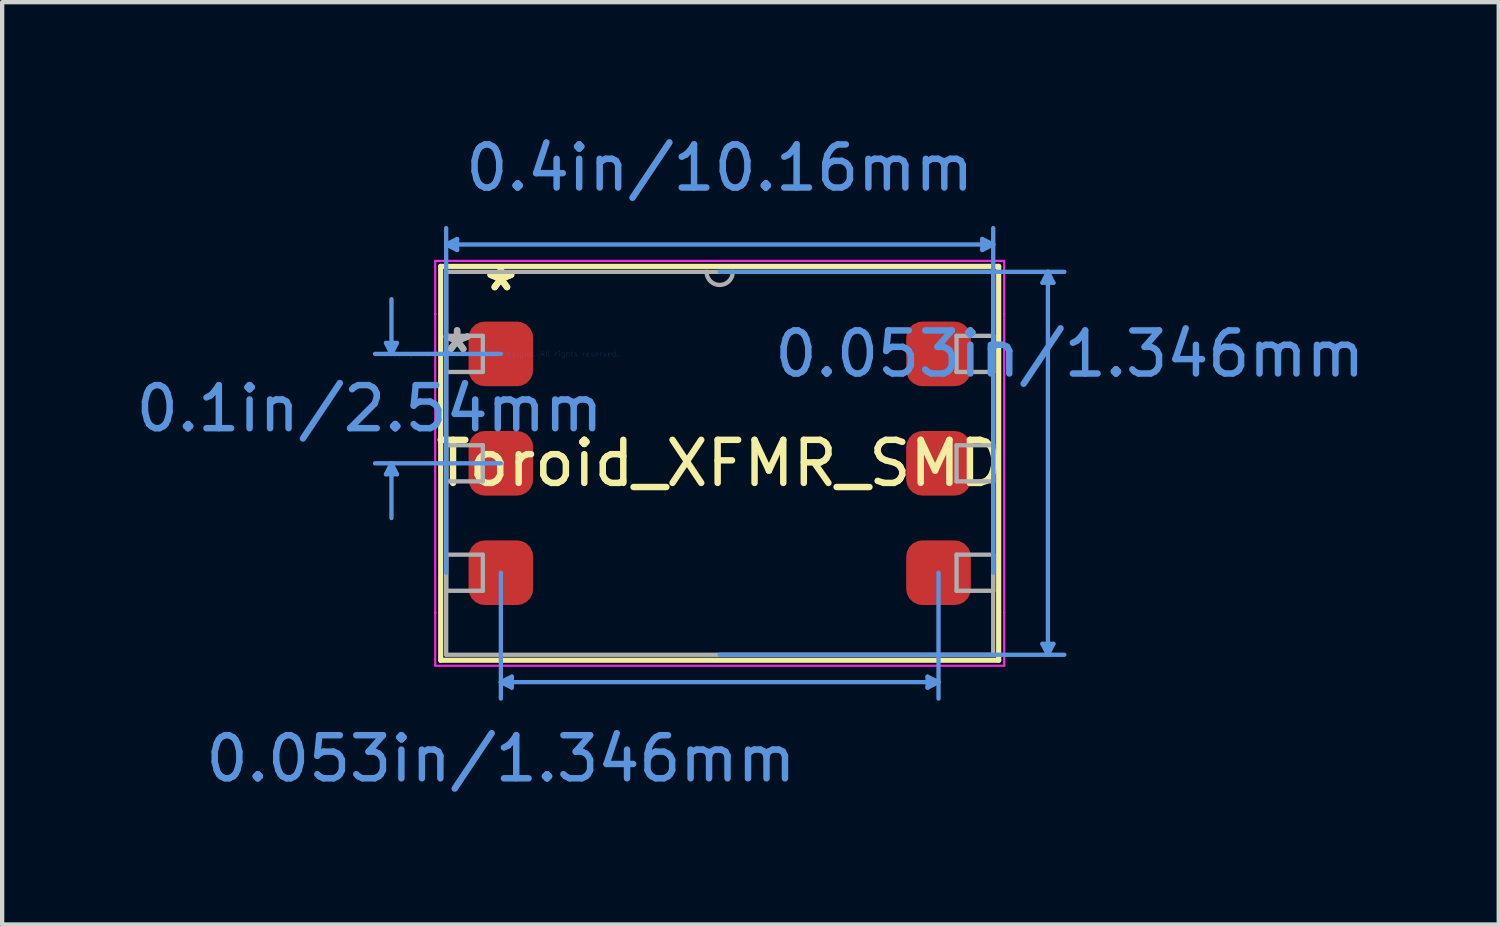
<source format=kicad_pcb>
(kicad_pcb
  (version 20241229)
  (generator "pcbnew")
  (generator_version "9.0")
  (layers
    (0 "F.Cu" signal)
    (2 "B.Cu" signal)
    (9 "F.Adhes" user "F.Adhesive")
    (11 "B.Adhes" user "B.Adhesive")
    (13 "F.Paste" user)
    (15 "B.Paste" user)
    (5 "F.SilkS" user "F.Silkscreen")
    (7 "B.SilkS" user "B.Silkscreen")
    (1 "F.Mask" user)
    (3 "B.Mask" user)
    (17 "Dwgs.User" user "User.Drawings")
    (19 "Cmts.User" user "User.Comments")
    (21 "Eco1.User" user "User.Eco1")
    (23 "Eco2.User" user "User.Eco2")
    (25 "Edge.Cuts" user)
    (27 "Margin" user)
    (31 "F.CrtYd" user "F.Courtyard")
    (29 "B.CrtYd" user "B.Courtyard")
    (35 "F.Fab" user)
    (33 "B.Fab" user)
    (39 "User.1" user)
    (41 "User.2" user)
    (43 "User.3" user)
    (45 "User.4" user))
  (footprint "Toroid_XFMR_SMD"
    (layer "F.Cu")
    (at 8.578 5.166)
    (property "Reference" "Toroid_XFMR_SMD" (at 5.08 2.54 0) (layer "F.SilkS") (effects (font (size 1 1) (thickness 0.15))))
    (attr through_hole)
    (fp_line (start -1.397 -2.032) (end -1.397 7.112) (stroke (width 0.12) (type solid)) (layer "F.SilkS"))
    (fp_line (start -1.397 7.112) (end 11.557 7.112) (stroke (width 0.12) (type solid)) (layer "F.SilkS"))
    (fp_line (start 11.557 -2.032) (end -1.397 -2.032) (stroke (width 0.12) (type solid)) (layer "F.SilkS"))
    (fp_line (start 11.557 7.112) (end 11.557 -2.032) (stroke (width 0.12) (type solid)) (layer "F.SilkS"))
    (fp_line (start -2.667 -0.254) (end -2.413 -0.254) (stroke (width 0.1) (type solid)) (layer "Cmts.User"))
    (fp_line (start -2.667 2.794) (end -2.413 2.794) (stroke (width 0.1) (type solid)) (layer "Cmts.User"))
    (fp_line (start -2.54 0) (end -2.667 -0.254) (stroke (width 0.1) (type solid)) (layer "Cmts.User"))
    (fp_line (start -2.54 0) (end -2.54 -1.27) (stroke (width 0.1) (type solid)) (layer "Cmts.User"))
    (fp_line (start -2.54 0) (end -2.413 -0.254) (stroke (width 0.1) (type solid)) (layer "Cmts.User"))
    (fp_line (start -2.54 2.54) (end -2.667 2.794) (stroke (width 0.1) (type solid)) (layer "Cmts.User"))
    (fp_line (start -2.54 2.54) (end -2.54 3.81) (stroke (width 0.1) (type solid)) (layer "Cmts.User"))
    (fp_line (start -2.54 2.54) (end -2.413 2.794) (stroke (width 0.1) (type solid)) (layer "Cmts.User"))
    (fp_line (start -1.27 -2.54) (end -1.016 -2.667) (stroke (width 0.1) (type solid)) (layer "Cmts.User"))
    (fp_line (start -1.27 -2.54) (end -1.016 -2.413) (stroke (width 0.1) (type solid)) (layer "Cmts.User"))
    (fp_line (start -1.27 -2.54) (end 11.43 -2.54) (stroke (width 0.1) (type solid)) (layer "Cmts.User"))
    (fp_line (start -1.27 5.08) (end -1.27 -2.921) (stroke (width 0.1) (type solid)) (layer "Cmts.User"))
    (fp_line (start -1.016 -2.667) (end -1.016 -2.413) (stroke (width 0.1) (type solid)) (layer "Cmts.User"))
    (fp_line (start 0 0) (end -2.921 0) (stroke (width 0.1) (type solid)) (layer "Cmts.User"))
    (fp_line (start 0 2.54) (end -2.921 2.54) (stroke (width 0.1) (type solid)) (layer "Cmts.User"))
    (fp_line (start 0 5.08) (end 0 8.001) (stroke (width 0.1) (type solid)) (layer "Cmts.User"))
    (fp_line (start 0 7.62) (end 0.254 7.493) (stroke (width 0.1) (type solid)) (layer "Cmts.User"))
    (fp_line (start 0 7.62) (end 0.254 7.747) (stroke (width 0.1) (type solid)) (layer "Cmts.User"))
    (fp_line (start 0 7.62) (end 10.16 7.62) (stroke (width 0.1) (type solid)) (layer "Cmts.User"))
    (fp_line (start 0.254 7.493) (end 0.254 7.747) (stroke (width 0.1) (type solid)) (layer "Cmts.User"))
    (fp_line (start 5.08 -1.905) (end 13.081 -1.905) (stroke (width 0.1) (type solid)) (layer "Cmts.User"))
    (fp_line (start 5.08 6.985) (end 13.081 6.985) (stroke (width 0.1) (type solid)) (layer "Cmts.User"))
    (fp_line (start 9.906 7.493) (end 9.906 7.747) (stroke (width 0.1) (type solid)) (layer "Cmts.User"))
    (fp_line (start 10.16 5.08) (end 10.16 8.001) (stroke (width 0.1) (type solid)) (layer "Cmts.User"))
    (fp_line (start 10.16 7.62) (end 9.906 7.493) (stroke (width 0.1) (type solid)) (layer "Cmts.User"))
    (fp_line (start 10.16 7.62) (end 9.906 7.747) (stroke (width 0.1) (type solid)) (layer "Cmts.User"))
    (fp_line (start 11.176 -2.667) (end 11.176 -2.413) (stroke (width 0.1) (type solid)) (layer "Cmts.User"))
    (fp_line (start 11.43 -2.54) (end 11.176 -2.667) (stroke (width 0.1) (type solid)) (layer "Cmts.User"))
    (fp_line (start 11.43 -2.54) (end 11.176 -2.413) (stroke (width 0.1) (type solid)) (layer "Cmts.User"))
    (fp_line (start 11.43 5.08) (end 11.43 -2.921) (stroke (width 0.1) (type solid)) (layer "Cmts.User"))
    (fp_line (start 12.573 -1.651) (end 12.827 -1.651) (stroke (width 0.1) (type solid)) (layer "Cmts.User"))
    (fp_line (start 12.573 6.731) (end 12.827 6.731) (stroke (width 0.1) (type solid)) (layer "Cmts.User"))
    (fp_line (start 12.7 -1.905) (end 12.573 -1.651) (stroke (width 0.1) (type solid)) (layer "Cmts.User"))
    (fp_line (start 12.7 -1.905) (end 12.7 6.985) (stroke (width 0.1) (type solid)) (layer "Cmts.User"))
    (fp_line (start 12.7 -1.905) (end 12.827 -1.651) (stroke (width 0.1) (type solid)) (layer "Cmts.User"))
    (fp_line (start 12.7 6.985) (end 12.573 6.731) (stroke (width 0.1) (type solid)) (layer "Cmts.User"))
    (fp_line (start 12.7 6.985) (end 12.827 6.731) (stroke (width 0.1) (type solid)) (layer "Cmts.User"))
    (fp_line (start -1.524 -0.927) (end -1.524 -2.159) (stroke (width 0.05) (type solid)) (layer "F.CrtYd"))
    (fp_line (start -1.524 -0.927) (end -1.524 -0.927) (stroke (width 0.05) (type solid)) (layer "F.CrtYd"))
    (fp_line (start -1.524 -0.927) (end -1.524 -0.927) (stroke (width 0.05) (type solid)) (layer "F.CrtYd"))
    (fp_line (start -1.524 6.007) (end -1.524 -0.927) (stroke (width 0.05) (type solid)) (layer "F.CrtYd"))
    (fp_line (start -1.524 6.007) (end -1.524 6.007) (stroke (width 0.05) (type solid)) (layer "F.CrtYd"))
    (fp_line (start -1.524 6.007) (end -1.524 6.007) (stroke (width 0.05) (type solid)) (layer "F.CrtYd"))
    (fp_line (start -1.524 7.239) (end -1.524 6.007) (stroke (width 0.05) (type solid)) (layer "F.CrtYd"))
    (fp_line (start 11.684 -2.159) (end -1.524 -2.159) (stroke (width 0.05) (type solid)) (layer "F.CrtYd"))
    (fp_line (start 11.684 -0.927) (end 11.684 -2.159) (stroke (width 0.05) (type solid)) (layer "F.CrtYd"))
    (fp_line (start 11.684 -0.927) (end 11.684 -0.927) (stroke (width 0.05) (type solid)) (layer "F.CrtYd"))
    (fp_line (start 11.684 -0.927) (end 11.684 -0.927) (stroke (width 0.05) (type solid)) (layer "F.CrtYd"))
    (fp_line (start 11.684 6.007) (end 11.684 -0.927) (stroke (width 0.05) (type solid)) (layer "F.CrtYd"))
    (fp_line (start 11.684 6.007) (end 11.684 6.007) (stroke (width 0.05) (type solid)) (layer "F.CrtYd"))
    (fp_line (start 11.684 6.007) (end 11.684 6.007) (stroke (width 0.05) (type solid)) (layer "F.CrtYd"))
    (fp_line (start 11.684 7.239) (end -1.524 7.239) (stroke (width 0.05) (type solid)) (layer "F.CrtYd"))
    (fp_line (start 11.684 7.239) (end 11.684 6.007) (stroke (width 0.05) (type solid)) (layer "F.CrtYd"))
    (fp_line (start -1.27 -1.905) (end -1.27 6.985) (stroke (width 0.1) (type solid)) (layer "F.Fab"))
    (fp_line (start -1.27 -0.419) (end -0.419 -0.419) (stroke (width 0.1) (type solid)) (layer "F.Fab"))
    (fp_line (start -1.27 0.419) (end -1.27 -0.419) (stroke (width 0.1) (type solid)) (layer "F.Fab"))
    (fp_line (start -1.27 2.121) (end -0.419 2.121) (stroke (width 0.1) (type solid)) (layer "F.Fab"))
    (fp_line (start -1.27 2.959) (end -1.27 2.121) (stroke (width 0.1) (type solid)) (layer "F.Fab"))
    (fp_line (start -1.27 4.661) (end -0.419 4.661) (stroke (width 0.1) (type solid)) (layer "F.Fab"))
    (fp_line (start -1.27 5.499) (end -1.27 4.661) (stroke (width 0.1) (type solid)) (layer "F.Fab"))
    (fp_line (start -1.27 6.985) (end 11.43 6.985) (stroke (width 0.1) (type solid)) (layer "F.Fab"))
    (fp_line (start -0.419 -0.419) (end -0.419 0.419) (stroke (width 0.1) (type solid)) (layer "F.Fab"))
    (fp_line (start -0.419 0.419) (end -1.27 0.419) (stroke (width 0.1) (type solid)) (layer "F.Fab"))
    (fp_line (start -0.419 2.121) (end -0.419 2.959) (stroke (width 0.1) (type solid)) (layer "F.Fab"))
    (fp_line (start -0.419 2.959) (end -1.27 2.959) (stroke (width 0.1) (type solid)) (layer "F.Fab"))
    (fp_line (start -0.419 4.661) (end -0.419 5.499) (stroke (width 0.1) (type solid)) (layer "F.Fab"))
    (fp_line (start -0.419 5.499) (end -1.27 5.499) (stroke (width 0.1) (type solid)) (layer "F.Fab"))
    (fp_line (start 10.579 -0.419) (end 11.43 -0.419) (stroke (width 0.1) (type solid)) (layer "F.Fab"))
    (fp_line (start 10.579 0.419) (end 10.579 -0.419) (stroke (width 0.1) (type solid)) (layer "F.Fab"))
    (fp_line (start 10.579 2.121) (end 11.43 2.121) (stroke (width 0.1) (type solid)) (layer "F.Fab"))
    (fp_line (start 10.579 2.959) (end 10.579 2.121) (stroke (width 0.1) (type solid)) (layer "F.Fab"))
    (fp_line (start 10.579 4.661) (end 11.43 4.661) (stroke (width 0.1) (type solid)) (layer "F.Fab"))
    (fp_line (start 10.579 5.499) (end 10.579 4.661) (stroke (width 0.1) (type solid)) (layer "F.Fab"))
    (fp_line (start 11.43 -1.905) (end -1.27 -1.905) (stroke (width 0.1) (type solid)) (layer "F.Fab"))
    (fp_line (start 11.43 -0.419) (end 11.43 0.419) (stroke (width 0.1) (type solid)) (layer "F.Fab"))
    (fp_line (start 11.43 0.419) (end 10.579 0.419) (stroke (width 0.1) (type solid)) (layer "F.Fab"))
    (fp_line (start 11.43 2.121) (end 11.43 2.959) (stroke (width 0.1) (type solid)) (layer "F.Fab"))
    (fp_line (start 11.43 2.959) (end 10.579 2.959) (stroke (width 0.1) (type solid)) (layer "F.Fab"))
    (fp_line (start 11.43 4.661) (end 11.43 5.499) (stroke (width 0.1) (type solid)) (layer "F.Fab"))
    (fp_line (start 11.43 5.499) (end 10.579 5.499) (stroke (width 0.1) (type solid)) (layer "F.Fab"))
    (fp_line (start 11.43 6.985) (end 11.43 -1.905) (stroke (width 0.1) (type solid)) (layer "F.Fab"))
    (fp_arc (start 5.3848 -1.905) (mid 5.08 -1.6002) (end 4.7752 -1.905) (stroke (width 0.1) (type solid)) (layer "F.Fab"))
    (fp_text user "*" (at 0 -1.435 0) (layer "F.SilkS") (effects (font (size 1 1) (thickness 0.15))))
    (fp_text user "*" (at 0 -1.435 0) (layer "F.SilkS") (effects (font (size 1 1) (thickness 0.15))))
    (fp_text user "0.4in/10.16mm" (at 5.08 -4.318 0) (layer "Cmts.User") (effects (font (size 1 1) (thickness 0.15))))
    (fp_text user "0.053in/1.346mm" (at 0 9.398 0) (layer "Cmts.User") (effects (font (size 1 1) (thickness 0.15))))
    (fp_text user "0.053in/1.346mm" (at 13.208 0 0) (layer "Cmts.User") (effects (font (size 1 1) (thickness 0.15))))
    (fp_text user "Copyright 2021 Accelerated Designs. All rights reserved." (at 0 0 0) (layer "Cmts.User") (effects (font (size 0.127 0.127) (thickness 0.002))))
    (fp_text user "0.1in/2.54mm" (at -3.048 1.27 0) (layer "Cmts.User") (effects (font (size 1 1) (thickness 0.15))))
    (fp_text user "*" (at -1.016 0 0) (layer "F.Fab") (effects (font (size 1 1) (thickness 0.15))))
    (fp_text user "*" (at -1.016 0 0) (layer "F.Fab") (effects (font (size 1 1) (thickness 0.15))))
    (pad "1" smd roundrect (at 0 5.08) (size 1.5 1.5) (layers "F.Cu" "F.Mask" "F.Paste") (roundrect_rratio 0.25))
    (pad "2" smd roundrect (at 10.16 5.08) (size 1.5 1.5) (layers "F.Cu" "F.Mask" "F.Paste") (roundrect_rratio 0.25))
    (pad "3" smd roundrect (at 0 2.54) (size 1.5 1.5) (layers "F.Cu" "F.Mask" "F.Paste") (roundrect_rratio 0.25))
    (pad "4" smd roundrect (at 10.16 2.54) (size 1.5 1.5) (layers "F.Cu" "F.Mask" "F.Paste") (roundrect_rratio 0.25))
    (pad "5" smd roundrect (at 0 0) (size 1.5 1.5) (layers "F.Cu" "F.Mask" "F.Paste") (roundrect_rratio 0.25))
    (pad "6" smd roundrect (at 10.16 0) (size 1.5 1.5) (layers "F.Cu" "F.Mask" "F.Paste") (roundrect_rratio 0.25)))
  (gr_rect
    (start -3 -3)
    (end 31.744 18.413)
    (stroke (width 0.1) (type default))
    (fill no)
    (layer "Edge.Cuts")))
</source>
